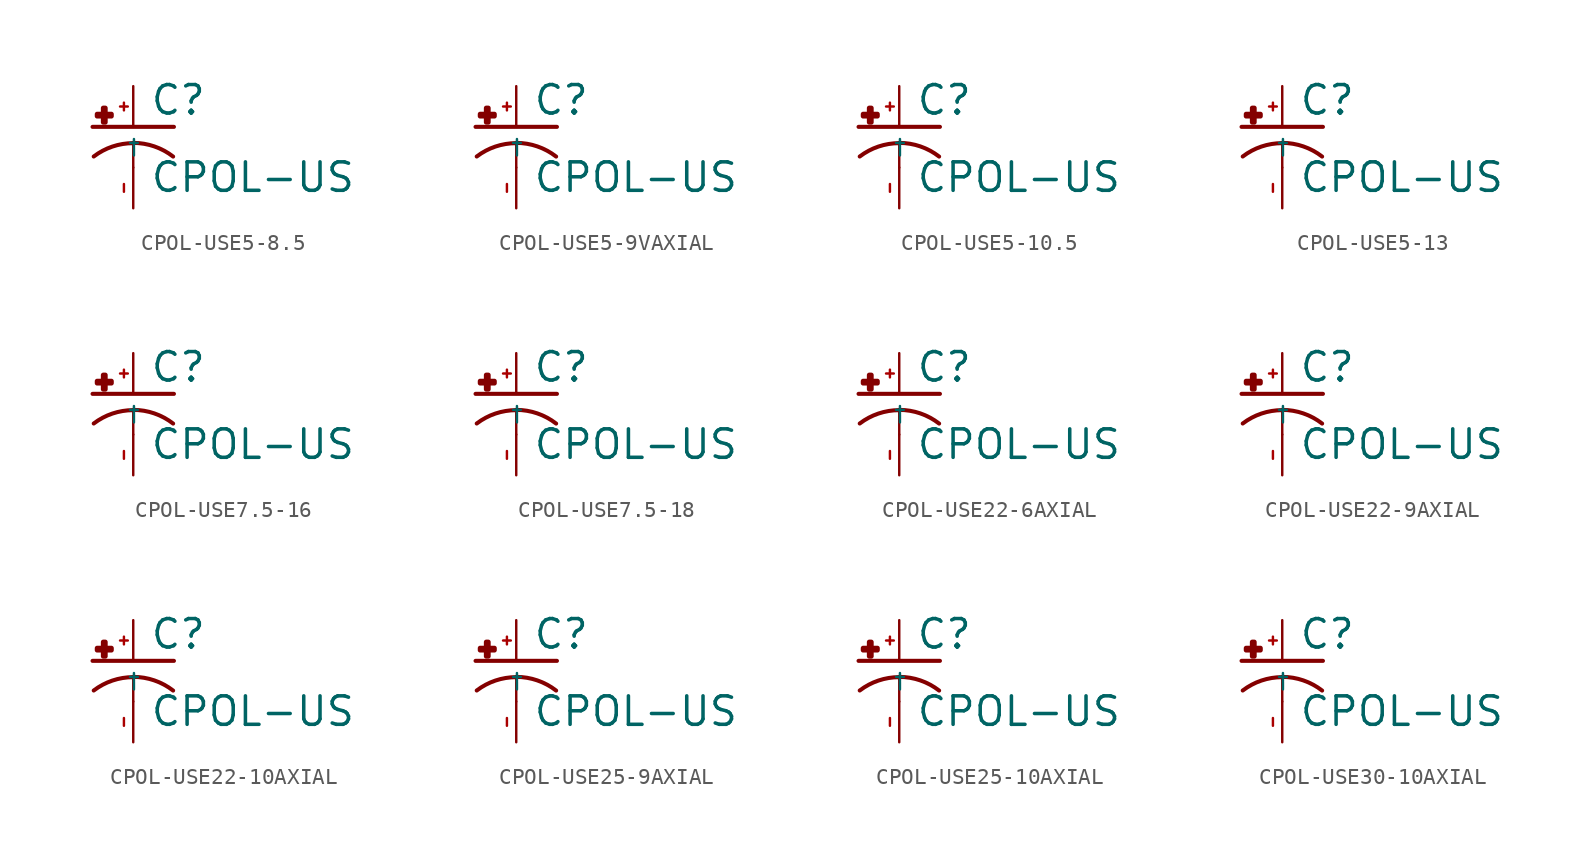
<source format=kicad_sym>
(kicad_symbol_lib
  (version 20220914)
  (generator Eagle2Kicad)
  (symbol "CPOL-USE5-8.5"
    (property "Reference" "C"
      (at 1.016 0.635 0)
      (effects (font (size 1.778 1.778) (thickness 0.22)) (justify left bottom)))
    (property "Value" "CPOL-US"
      (at 1.016 -4.191 0)
      (effects (font (size 1.778 1.778) (thickness 0.22)) (justify left bottom)))
    (polyline
      (pts (xy -2.54 0) (xy 2.54 0))
      (stroke (width 0.254) (type default))
      (fill (type none)))
    (polyline
      (pts (xy 0 -1.016) (xy 0 -2.54))
      (stroke (width 0.152) (type default))
      (fill (type none)))
    (arc
      (start 2.4892 -1.8542)
      (mid 1.316 -1.220)
      (end 0 -1)
      (stroke (width 0.254) (type default))
      (fill (type none)))
    (arc
      (start 0 -1.0161)
      (mid -1.302 -1.230)
      (end -2.4669 -1.8504)
      (stroke (width 0.254) (type default))
      (fill (type none)))
    (rectangle
      (start -2.253 0.668)
      (end -1.364 0.795)
      (stroke (width 0.3) (type default))
      (fill (type outline)))
    (rectangle
      (start -1.872 0.287)
      (end -1.745 1.176)
      (stroke (width 0.3) (type default))
      (fill (type outline)))
    (pin passive line
      (at 0 2.54 270)
      (length 2.54)
      (name "+" (effects (font (size 0.635 0.635) (thickness 0.08)) (justify left bottom)))
      (number "+" (effects (font (size 0.635 0.635) (thickness 0.08)) (justify left bottom))))
    (pin passive line
      (at 0 -5.08 90)
      (length 2.54)
      (name "-" (effects (font (size 0.635 0.635) (thickness 0.08)) (justify left bottom)))
      (number "-" (effects (font (size 0.635 0.635) (thickness 0.08)) (justify left bottom)))))
  (symbol "CPOL-USE5-9VAXIAL"
    (property "Reference" "C"
      (at 1.016 0.635 0)
      (effects (font (size 1.778 1.778) (thickness 0.22)) (justify left bottom)))
    (property "Value" "CPOL-US"
      (at 1.016 -4.191 0)
      (effects (font (size 1.778 1.778) (thickness 0.22)) (justify left bottom)))
    (polyline
      (pts (xy -2.54 0) (xy 2.54 0))
      (stroke (width 0.254) (type default))
      (fill (type none)))
    (polyline
      (pts (xy 0 -1.016) (xy 0 -2.54))
      (stroke (width 0.152) (type default))
      (fill (type none)))
    (arc
      (start 2.4892 -1.8542)
      (mid 1.316 -1.220)
      (end 0 -1)
      (stroke (width 0.254) (type default))
      (fill (type none)))
    (arc
      (start 0 -1.0161)
      (mid -1.302 -1.230)
      (end -2.4669 -1.8504)
      (stroke (width 0.254) (type default))
      (fill (type none)))
    (rectangle
      (start -2.253 0.668)
      (end -1.364 0.795)
      (stroke (width 0.3) (type default))
      (fill (type outline)))
    (rectangle
      (start -1.872 0.287)
      (end -1.745 1.176)
      (stroke (width 0.3) (type default))
      (fill (type outline)))
    (pin passive line
      (at 0 2.54 270)
      (length 2.54)
      (name "+" (effects (font (size 0.635 0.635) (thickness 0.08)) (justify left bottom)))
      (number "+" (effects (font (size 0.635 0.635) (thickness 0.08)) (justify left bottom))))
    (pin passive line
      (at 0 -5.08 90)
      (length 2.54)
      (name "-" (effects (font (size 0.635 0.635) (thickness 0.08)) (justify left bottom)))
      (number "-" (effects (font (size 0.635 0.635) (thickness 0.08)) (justify left bottom)))))
  (symbol "CPOL-USE5-10.5"
    (property "Reference" "C"
      (at 1.016 0.635 0)
      (effects (font (size 1.778 1.778) (thickness 0.22)) (justify left bottom)))
    (property "Value" "CPOL-US"
      (at 1.016 -4.191 0)
      (effects (font (size 1.778 1.778) (thickness 0.22)) (justify left bottom)))
    (polyline
      (pts (xy -2.54 0) (xy 2.54 0))
      (stroke (width 0.254) (type default))
      (fill (type none)))
    (polyline
      (pts (xy 0 -1.016) (xy 0 -2.54))
      (stroke (width 0.152) (type default))
      (fill (type none)))
    (arc
      (start 2.4892 -1.8542)
      (mid 1.316 -1.220)
      (end 0 -1)
      (stroke (width 0.254) (type default))
      (fill (type none)))
    (arc
      (start 0 -1.0161)
      (mid -1.302 -1.230)
      (end -2.4669 -1.8504)
      (stroke (width 0.254) (type default))
      (fill (type none)))
    (rectangle
      (start -2.253 0.668)
      (end -1.364 0.795)
      (stroke (width 0.3) (type default))
      (fill (type outline)))
    (rectangle
      (start -1.872 0.287)
      (end -1.745 1.176)
      (stroke (width 0.3) (type default))
      (fill (type outline)))
    (pin passive line
      (at 0 2.54 270)
      (length 2.54)
      (name "+" (effects (font (size 0.635 0.635) (thickness 0.08)) (justify left bottom)))
      (number "+" (effects (font (size 0.635 0.635) (thickness 0.08)) (justify left bottom))))
    (pin passive line
      (at 0 -5.08 90)
      (length 2.54)
      (name "-" (effects (font (size 0.635 0.635) (thickness 0.08)) (justify left bottom)))
      (number "-" (effects (font (size 0.635 0.635) (thickness 0.08)) (justify left bottom)))))
  (symbol "CPOL-USE5-13"
    (property "Reference" "C"
      (at 1.016 0.635 0)
      (effects (font (size 1.778 1.778) (thickness 0.22)) (justify left bottom)))
    (property "Value" "CPOL-US"
      (at 1.016 -4.191 0)
      (effects (font (size 1.778 1.778) (thickness 0.22)) (justify left bottom)))
    (polyline
      (pts (xy -2.54 0) (xy 2.54 0))
      (stroke (width 0.254) (type default))
      (fill (type none)))
    (polyline
      (pts (xy 0 -1.016) (xy 0 -2.54))
      (stroke (width 0.152) (type default))
      (fill (type none)))
    (arc
      (start 2.4892 -1.8542)
      (mid 1.316 -1.220)
      (end 0 -1)
      (stroke (width 0.254) (type default))
      (fill (type none)))
    (arc
      (start 0 -1.0161)
      (mid -1.302 -1.230)
      (end -2.4669 -1.8504)
      (stroke (width 0.254) (type default))
      (fill (type none)))
    (rectangle
      (start -2.253 0.668)
      (end -1.364 0.795)
      (stroke (width 0.3) (type default))
      (fill (type outline)))
    (rectangle
      (start -1.872 0.287)
      (end -1.745 1.176)
      (stroke (width 0.3) (type default))
      (fill (type outline)))
    (pin passive line
      (at 0 2.54 270)
      (length 2.54)
      (name "+" (effects (font (size 0.635 0.635) (thickness 0.08)) (justify left bottom)))
      (number "+" (effects (font (size 0.635 0.635) (thickness 0.08)) (justify left bottom))))
    (pin passive line
      (at 0 -5.08 90)
      (length 2.54)
      (name "-" (effects (font (size 0.635 0.635) (thickness 0.08)) (justify left bottom)))
      (number "-" (effects (font (size 0.635 0.635) (thickness 0.08)) (justify left bottom)))))
  (symbol "CPOL-USE7.5-16"
    (property "Reference" "C"
      (at 1.016 0.635 0)
      (effects (font (size 1.778 1.778) (thickness 0.22)) (justify left bottom)))
    (property "Value" "CPOL-US"
      (at 1.016 -4.191 0)
      (effects (font (size 1.778 1.778) (thickness 0.22)) (justify left bottom)))
    (polyline
      (pts (xy -2.54 0) (xy 2.54 0))
      (stroke (width 0.254) (type default))
      (fill (type none)))
    (polyline
      (pts (xy 0 -1.016) (xy 0 -2.54))
      (stroke (width 0.152) (type default))
      (fill (type none)))
    (arc
      (start 2.4892 -1.8542)
      (mid 1.316 -1.220)
      (end 0 -1)
      (stroke (width 0.254) (type default))
      (fill (type none)))
    (arc
      (start 0 -1.0161)
      (mid -1.302 -1.230)
      (end -2.4669 -1.8504)
      (stroke (width 0.254) (type default))
      (fill (type none)))
    (rectangle
      (start -2.253 0.668)
      (end -1.364 0.795)
      (stroke (width 0.3) (type default))
      (fill (type outline)))
    (rectangle
      (start -1.872 0.287)
      (end -1.745 1.176)
      (stroke (width 0.3) (type default))
      (fill (type outline)))
    (pin passive line
      (at 0 2.54 270)
      (length 2.54)
      (name "+" (effects (font (size 0.635 0.635) (thickness 0.08)) (justify left bottom)))
      (number "+" (effects (font (size 0.635 0.635) (thickness 0.08)) (justify left bottom))))
    (pin passive line
      (at 0 -5.08 90)
      (length 2.54)
      (name "-" (effects (font (size 0.635 0.635) (thickness 0.08)) (justify left bottom)))
      (number "-" (effects (font (size 0.635 0.635) (thickness 0.08)) (justify left bottom)))))
  (symbol "CPOL-USE7.5-18"
    (property "Reference" "C"
      (at 1.016 0.635 0)
      (effects (font (size 1.778 1.778) (thickness 0.22)) (justify left bottom)))
    (property "Value" "CPOL-US"
      (at 1.016 -4.191 0)
      (effects (font (size 1.778 1.778) (thickness 0.22)) (justify left bottom)))
    (polyline
      (pts (xy -2.54 0) (xy 2.54 0))
      (stroke (width 0.254) (type default))
      (fill (type none)))
    (polyline
      (pts (xy 0 -1.016) (xy 0 -2.54))
      (stroke (width 0.152) (type default))
      (fill (type none)))
    (arc
      (start 2.4892 -1.8542)
      (mid 1.316 -1.220)
      (end 0 -1)
      (stroke (width 0.254) (type default))
      (fill (type none)))
    (arc
      (start 0 -1.0161)
      (mid -1.302 -1.230)
      (end -2.4669 -1.8504)
      (stroke (width 0.254) (type default))
      (fill (type none)))
    (rectangle
      (start -2.253 0.668)
      (end -1.364 0.795)
      (stroke (width 0.3) (type default))
      (fill (type outline)))
    (rectangle
      (start -1.872 0.287)
      (end -1.745 1.176)
      (stroke (width 0.3) (type default))
      (fill (type outline)))
    (pin passive line
      (at 0 2.54 270)
      (length 2.54)
      (name "+" (effects (font (size 0.635 0.635) (thickness 0.08)) (justify left bottom)))
      (number "+" (effects (font (size 0.635 0.635) (thickness 0.08)) (justify left bottom))))
    (pin passive line
      (at 0 -5.08 90)
      (length 2.54)
      (name "-" (effects (font (size 0.635 0.635) (thickness 0.08)) (justify left bottom)))
      (number "-" (effects (font (size 0.635 0.635) (thickness 0.08)) (justify left bottom)))))
  (symbol "CPOL-USE22-6AXIAL"
    (property "Reference" "C"
      (at 1.016 0.635 0)
      (effects (font (size 1.778 1.778) (thickness 0.22)) (justify left bottom)))
    (property "Value" "CPOL-US"
      (at 1.016 -4.191 0)
      (effects (font (size 1.778 1.778) (thickness 0.22)) (justify left bottom)))
    (polyline
      (pts (xy -2.54 0) (xy 2.54 0))
      (stroke (width 0.254) (type default))
      (fill (type none)))
    (polyline
      (pts (xy 0 -1.016) (xy 0 -2.54))
      (stroke (width 0.152) (type default))
      (fill (type none)))
    (arc
      (start 2.4892 -1.8542)
      (mid 1.316 -1.220)
      (end 0 -1)
      (stroke (width 0.254) (type default))
      (fill (type none)))
    (arc
      (start 0 -1.0161)
      (mid -1.302 -1.230)
      (end -2.4669 -1.8504)
      (stroke (width 0.254) (type default))
      (fill (type none)))
    (rectangle
      (start -2.253 0.668)
      (end -1.364 0.795)
      (stroke (width 0.3) (type default))
      (fill (type outline)))
    (rectangle
      (start -1.872 0.287)
      (end -1.745 1.176)
      (stroke (width 0.3) (type default))
      (fill (type outline)))
    (pin passive line
      (at 0 2.54 270)
      (length 2.54)
      (name "+" (effects (font (size 0.635 0.635) (thickness 0.08)) (justify left bottom)))
      (number "+" (effects (font (size 0.635 0.635) (thickness 0.08)) (justify left bottom))))
    (pin passive line
      (at 0 -5.08 90)
      (length 2.54)
      (name "-" (effects (font (size 0.635 0.635) (thickness 0.08)) (justify left bottom)))
      (number "-" (effects (font (size 0.635 0.635) (thickness 0.08)) (justify left bottom)))))
  (symbol "CPOL-USE22-9AXIAL"
    (property "Reference" "C"
      (at 1.016 0.635 0)
      (effects (font (size 1.778 1.778) (thickness 0.22)) (justify left bottom)))
    (property "Value" "CPOL-US"
      (at 1.016 -4.191 0)
      (effects (font (size 1.778 1.778) (thickness 0.22)) (justify left bottom)))
    (polyline
      (pts (xy -2.54 0) (xy 2.54 0))
      (stroke (width 0.254) (type default))
      (fill (type none)))
    (polyline
      (pts (xy 0 -1.016) (xy 0 -2.54))
      (stroke (width 0.152) (type default))
      (fill (type none)))
    (arc
      (start 2.4892 -1.8542)
      (mid 1.316 -1.220)
      (end 0 -1)
      (stroke (width 0.254) (type default))
      (fill (type none)))
    (arc
      (start 0 -1.0161)
      (mid -1.302 -1.230)
      (end -2.4669 -1.8504)
      (stroke (width 0.254) (type default))
      (fill (type none)))
    (rectangle
      (start -2.253 0.668)
      (end -1.364 0.795)
      (stroke (width 0.3) (type default))
      (fill (type outline)))
    (rectangle
      (start -1.872 0.287)
      (end -1.745 1.176)
      (stroke (width 0.3) (type default))
      (fill (type outline)))
    (pin passive line
      (at 0 2.54 270)
      (length 2.54)
      (name "+" (effects (font (size 0.635 0.635) (thickness 0.08)) (justify left bottom)))
      (number "+" (effects (font (size 0.635 0.635) (thickness 0.08)) (justify left bottom))))
    (pin passive line
      (at 0 -5.08 90)
      (length 2.54)
      (name "-" (effects (font (size 0.635 0.635) (thickness 0.08)) (justify left bottom)))
      (number "-" (effects (font (size 0.635 0.635) (thickness 0.08)) (justify left bottom)))))
  (symbol "CPOL-USE22-10AXIAL"
    (property "Reference" "C"
      (at 1.016 0.635 0)
      (effects (font (size 1.778 1.778) (thickness 0.22)) (justify left bottom)))
    (property "Value" "CPOL-US"
      (at 1.016 -4.191 0)
      (effects (font (size 1.778 1.778) (thickness 0.22)) (justify left bottom)))
    (polyline
      (pts (xy -2.54 0) (xy 2.54 0))
      (stroke (width 0.254) (type default))
      (fill (type none)))
    (polyline
      (pts (xy 0 -1.016) (xy 0 -2.54))
      (stroke (width 0.152) (type default))
      (fill (type none)))
    (arc
      (start 2.4892 -1.8542)
      (mid 1.316 -1.220)
      (end 0 -1)
      (stroke (width 0.254) (type default))
      (fill (type none)))
    (arc
      (start 0 -1.0161)
      (mid -1.302 -1.230)
      (end -2.4669 -1.8504)
      (stroke (width 0.254) (type default))
      (fill (type none)))
    (rectangle
      (start -2.253 0.668)
      (end -1.364 0.795)
      (stroke (width 0.3) (type default))
      (fill (type outline)))
    (rectangle
      (start -1.872 0.287)
      (end -1.745 1.176)
      (stroke (width 0.3) (type default))
      (fill (type outline)))
    (pin passive line
      (at 0 2.54 270)
      (length 2.54)
      (name "+" (effects (font (size 0.635 0.635) (thickness 0.08)) (justify left bottom)))
      (number "+" (effects (font (size 0.635 0.635) (thickness 0.08)) (justify left bottom))))
    (pin passive line
      (at 0 -5.08 90)
      (length 2.54)
      (name "-" (effects (font (size 0.635 0.635) (thickness 0.08)) (justify left bottom)))
      (number "-" (effects (font (size 0.635 0.635) (thickness 0.08)) (justify left bottom)))))
  (symbol "CPOL-USE25-9AXIAL"
    (property "Reference" "C"
      (at 1.016 0.635 0)
      (effects (font (size 1.778 1.778) (thickness 0.22)) (justify left bottom)))
    (property "Value" "CPOL-US"
      (at 1.016 -4.191 0)
      (effects (font (size 1.778 1.778) (thickness 0.22)) (justify left bottom)))
    (polyline
      (pts (xy -2.54 0) (xy 2.54 0))
      (stroke (width 0.254) (type default))
      (fill (type none)))
    (polyline
      (pts (xy 0 -1.016) (xy 0 -2.54))
      (stroke (width 0.152) (type default))
      (fill (type none)))
    (arc
      (start 2.4892 -1.8542)
      (mid 1.316 -1.220)
      (end 0 -1)
      (stroke (width 0.254) (type default))
      (fill (type none)))
    (arc
      (start 0 -1.0161)
      (mid -1.302 -1.230)
      (end -2.4669 -1.8504)
      (stroke (width 0.254) (type default))
      (fill (type none)))
    (rectangle
      (start -2.253 0.668)
      (end -1.364 0.795)
      (stroke (width 0.3) (type default))
      (fill (type outline)))
    (rectangle
      (start -1.872 0.287)
      (end -1.745 1.176)
      (stroke (width 0.3) (type default))
      (fill (type outline)))
    (pin passive line
      (at 0 2.54 270)
      (length 2.54)
      (name "+" (effects (font (size 0.635 0.635) (thickness 0.08)) (justify left bottom)))
      (number "+" (effects (font (size 0.635 0.635) (thickness 0.08)) (justify left bottom))))
    (pin passive line
      (at 0 -5.08 90)
      (length 2.54)
      (name "-" (effects (font (size 0.635 0.635) (thickness 0.08)) (justify left bottom)))
      (number "-" (effects (font (size 0.635 0.635) (thickness 0.08)) (justify left bottom)))))
  (symbol "CPOL-USE25-10AXIAL"
    (property "Reference" "C"
      (at 1.016 0.635 0)
      (effects (font (size 1.778 1.778) (thickness 0.22)) (justify left bottom)))
    (property "Value" "CPOL-US"
      (at 1.016 -4.191 0)
      (effects (font (size 1.778 1.778) (thickness 0.22)) (justify left bottom)))
    (polyline
      (pts (xy -2.54 0) (xy 2.54 0))
      (stroke (width 0.254) (type default))
      (fill (type none)))
    (polyline
      (pts (xy 0 -1.016) (xy 0 -2.54))
      (stroke (width 0.152) (type default))
      (fill (type none)))
    (arc
      (start 2.4892 -1.8542)
      (mid 1.316 -1.220)
      (end 0 -1)
      (stroke (width 0.254) (type default))
      (fill (type none)))
    (arc
      (start 0 -1.0161)
      (mid -1.302 -1.230)
      (end -2.4669 -1.8504)
      (stroke (width 0.254) (type default))
      (fill (type none)))
    (rectangle
      (start -2.253 0.668)
      (end -1.364 0.795)
      (stroke (width 0.3) (type default))
      (fill (type outline)))
    (rectangle
      (start -1.872 0.287)
      (end -1.745 1.176)
      (stroke (width 0.3) (type default))
      (fill (type outline)))
    (pin passive line
      (at 0 2.54 270)
      (length 2.54)
      (name "+" (effects (font (size 0.635 0.635) (thickness 0.08)) (justify left bottom)))
      (number "+" (effects (font (size 0.635 0.635) (thickness 0.08)) (justify left bottom))))
    (pin passive line
      (at 0 -5.08 90)
      (length 2.54)
      (name "-" (effects (font (size 0.635 0.635) (thickness 0.08)) (justify left bottom)))
      (number "-" (effects (font (size 0.635 0.635) (thickness 0.08)) (justify left bottom)))))
  (symbol "CPOL-USE30-10AXIAL"
    (property "Reference" "C"
      (at 1.016 0.635 0)
      (effects (font (size 1.778 1.778) (thickness 0.22)) (justify left bottom)))
    (property "Value" "CPOL-US"
      (at 1.016 -4.191 0)
      (effects (font (size 1.778 1.778) (thickness 0.22)) (justify left bottom)))
    (polyline
      (pts (xy -2.54 0) (xy 2.54 0))
      (stroke (width 0.254) (type default))
      (fill (type none)))
    (polyline
      (pts (xy 0 -1.016) (xy 0 -2.54))
      (stroke (width 0.152) (type default))
      (fill (type none)))
    (arc
      (start 2.4892 -1.8542)
      (mid 1.316 -1.220)
      (end 0 -1)
      (stroke (width 0.254) (type default))
      (fill (type none)))
    (arc
      (start 0 -1.0161)
      (mid -1.302 -1.230)
      (end -2.4669 -1.8504)
      (stroke (width 0.254) (type default))
      (fill (type none)))
    (rectangle
      (start -2.253 0.668)
      (end -1.364 0.795)
      (stroke (width 0.3) (type default))
      (fill (type outline)))
    (rectangle
      (start -1.872 0.287)
      (end -1.745 1.176)
      (stroke (width 0.3) (type default))
      (fill (type outline)))
    (pin passive line
      (at 0 2.54 270)
      (length 2.54)
      (name "+" (effects (font (size 0.635 0.635) (thickness 0.08)) (justify left bottom)))
      (number "+" (effects (font (size 0.635 0.635) (thickness 0.08)) (justify left bottom))))
    (pin passive line
      (at 0 -5.08 90)
      (length 2.54)
      (name "-" (effects (font (size 0.635 0.635) (thickness 0.08)) (justify left bottom)))
      (number "-" (effects (font (size 0.635 0.635) (thickness 0.08)) (justify left bottom))))))
</source>
